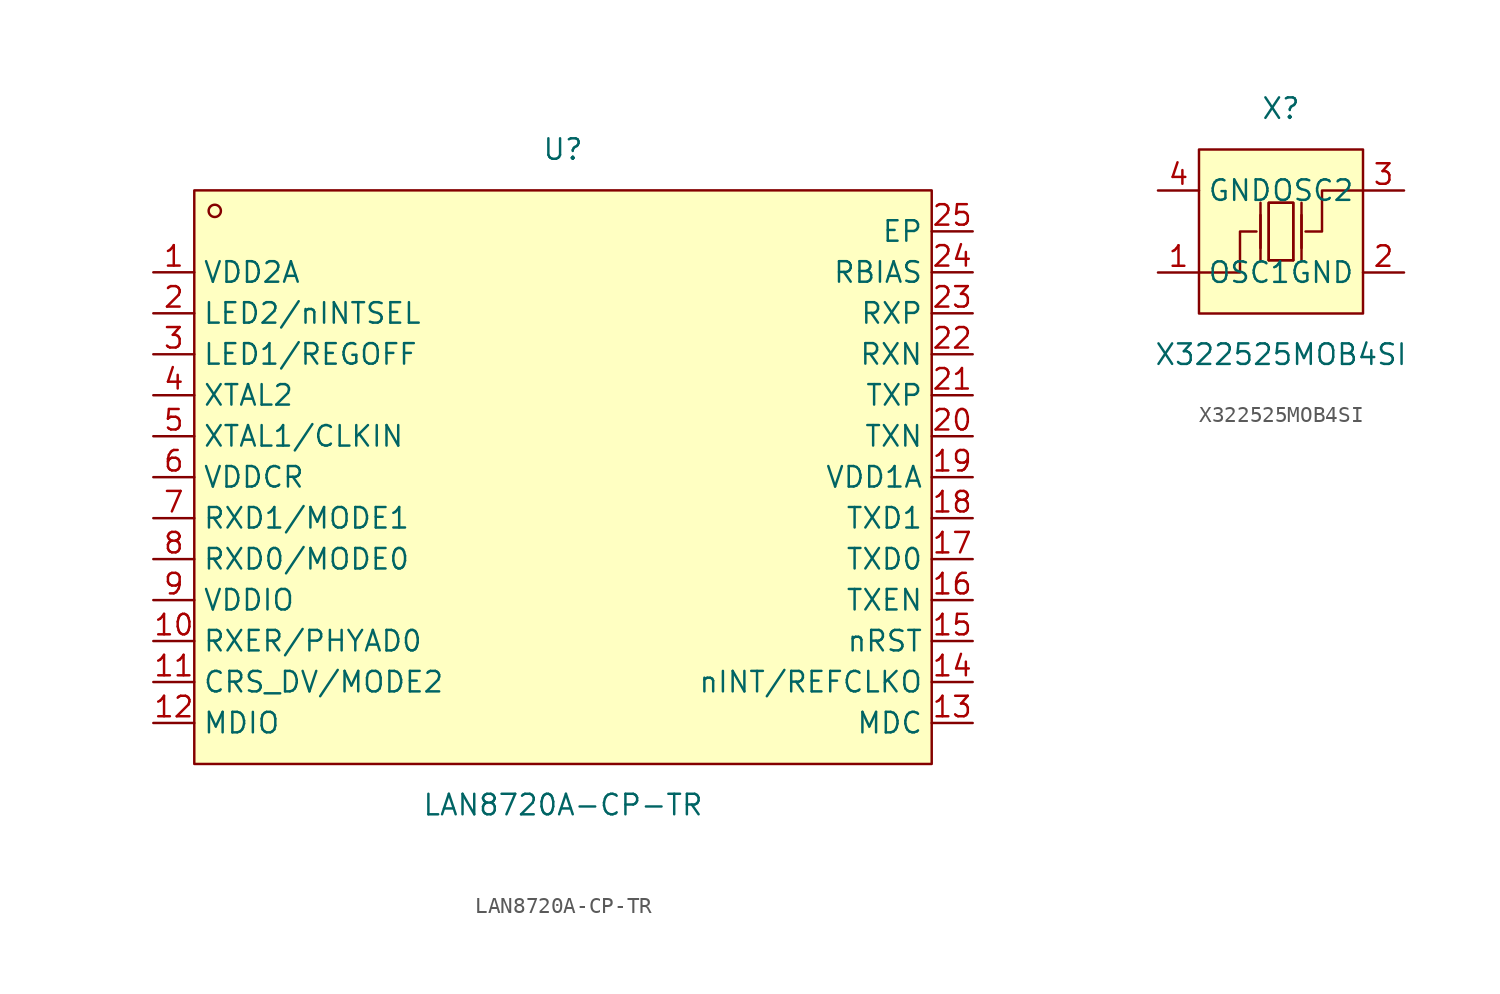
<source format=kicad_sym>
(kicad_symbol_lib
  (version 20211014)
  (generator https://github.com/uPesy/easyeda2kicad.py)
  (symbol "LAN8720A-CP-TR"
    (property "Reference" "U"
      (at 0 20.32 0)
      (effects (font (size 1.27 1.27))))
    (property "Value" "LAN8720A-CP-TR"
      (at 0 -20.32 0)
      (effects (font (size 1.27 1.27))))
    (symbol "LAN8720A-CP-TR_0_1"
      (rectangle (start -22.86 17.78) (end 22.86 -17.78) (stroke (width 0) (type default) (color 0 0 0 0)) (fill (type background)))
      (circle (center -21.59 16.51) (radius 0.38) (stroke (width 0) (type default) (color 0 0 0 0)) (fill (type none)))
      (pin unspecified line (at -25.40 12.70 0) (length 2.54) (name "VDD2A" (effects (font (size 1.27 1.27)))) (number "1" (effects (font (size 1.27 1.27)))))
      (pin unspecified line (at -25.40 10.16 0) (length 2.54) (name "LED2/nINTSEL" (effects (font (size 1.27 1.27)))) (number "2" (effects (font (size 1.27 1.27)))))
      (pin unspecified line (at -25.40 7.62 0) (length 2.54) (name "LED1/REGOFF" (effects (font (size 1.27 1.27)))) (number "3" (effects (font (size 1.27 1.27)))))
      (pin unspecified line (at -25.40 5.08 0) (length 2.54) (name "XTAL2" (effects (font (size 1.27 1.27)))) (number "4" (effects (font (size 1.27 1.27)))))
      (pin unspecified line (at -25.40 2.54 0) (length 2.54) (name "XTAL1/CLKIN" (effects (font (size 1.27 1.27)))) (number "5" (effects (font (size 1.27 1.27)))))
      (pin unspecified line (at -25.40 -0.00 0) (length 2.54) (name "VDDCR" (effects (font (size 1.27 1.27)))) (number "6" (effects (font (size 1.27 1.27)))))
      (pin unspecified line (at -25.40 -2.54 0) (length 2.54) (name "RXD1/MODE1" (effects (font (size 1.27 1.27)))) (number "7" (effects (font (size 1.27 1.27)))))
      (pin unspecified line (at -25.40 -5.08 0) (length 2.54) (name "RXD0/MODE0" (effects (font (size 1.27 1.27)))) (number "8" (effects (font (size 1.27 1.27)))))
      (pin unspecified line (at -25.40 -7.62 0) (length 2.54) (name "VDDIO" (effects (font (size 1.27 1.27)))) (number "9" (effects (font (size 1.27 1.27)))))
      (pin unspecified line (at -25.40 -10.16 0) (length 2.54) (name "RXER/PHYAD0" (effects (font (size 1.27 1.27)))) (number "10" (effects (font (size 1.27 1.27)))))
      (pin unspecified line (at -25.40 -12.70 0) (length 2.54) (name "CRS_DV/MODE2" (effects (font (size 1.27 1.27)))) (number "11" (effects (font (size 1.27 1.27)))))
      (pin unspecified line (at -25.40 -15.24 0) (length 2.54) (name "MDIO" (effects (font (size 1.27 1.27)))) (number "12" (effects (font (size 1.27 1.27)))))
      (pin unspecified line (at 25.40 -15.24 180) (length 2.54) (name "MDC" (effects (font (size 1.27 1.27)))) (number "13" (effects (font (size 1.27 1.27)))))
      (pin unspecified line (at 25.40 -12.70 180) (length 2.54) (name "nINT/REFCLKO" (effects (font (size 1.27 1.27)))) (number "14" (effects (font (size 1.27 1.27)))))
      (pin unspecified line (at 25.40 -10.16 180) (length 2.54) (name "nRST" (effects (font (size 1.27 1.27)))) (number "15" (effects (font (size 1.27 1.27)))))
      (pin unspecified line (at 25.40 -7.62 180) (length 2.54) (name "TXEN" (effects (font (size 1.27 1.27)))) (number "16" (effects (font (size 1.27 1.27)))))
      (pin unspecified line (at 25.40 -5.08 180) (length 2.54) (name "TXD0" (effects (font (size 1.27 1.27)))) (number "17" (effects (font (size 1.27 1.27)))))
      (pin unspecified line (at 25.40 -2.54 180) (length 2.54) (name "TXD1" (effects (font (size 1.27 1.27)))) (number "18" (effects (font (size 1.27 1.27)))))
      (pin unspecified line (at 25.40 -0.00 180) (length 2.54) (name "VDD1A" (effects (font (size 1.27 1.27)))) (number "19" (effects (font (size 1.27 1.27)))))
      (pin unspecified line (at 25.40 2.54 180) (length 2.54) (name "TXN" (effects (font (size 1.27 1.27)))) (number "20" (effects (font (size 1.27 1.27)))))
      (pin unspecified line (at 25.40 5.08 180) (length 2.54) (name "TXP" (effects (font (size 1.27 1.27)))) (number "21" (effects (font (size 1.27 1.27)))))
      (pin unspecified line (at 25.40 7.62 180) (length 2.54) (name "RXN" (effects (font (size 1.27 1.27)))) (number "22" (effects (font (size 1.27 1.27)))))
      (pin unspecified line (at 25.40 10.16 180) (length 2.54) (name "RXP" (effects (font (size 1.27 1.27)))) (number "23" (effects (font (size 1.27 1.27)))))
      (pin unspecified line (at 25.40 12.70 180) (length 2.54) (name "RBIAS" (effects (font (size 1.27 1.27)))) (number "24" (effects (font (size 1.27 1.27)))))
      (pin unspecified line (at 25.40 15.24 180) (length 2.54) (name "EP" (effects (font (size 1.27 1.27)))) (number "25" (effects (font (size 1.27 1.27)))))))
  (symbol "X322525MOB4SI"
    (property "Reference" "X"
      (at 0 7.62 0)
      (effects (font (size 1.27 1.27))))
    (property "Value" "X322525MOB4SI"
      (at 0 -7.62 0)
      (effects (font (size 1.27 1.27))))
    (symbol "X322525MOB4SI_0_1"
      (rectangle (start -5.08 5.08) (end 5.08 -5.08) (stroke (width 0) (type default) (color 0 0 0 0)) (fill (type background)))
      (polyline (pts (xy -1.27 -1.02) (xy -1.27 1.02)) (stroke (width 0) (type default) (color 0 0 0 0)) (fill (type none)))
      (polyline (pts (xy 0.76 -1.78) (xy -0.76 -1.78)) (stroke (width 0) (type default) (color 0 0 0 0)) (fill (type none)))
      (polyline (pts (xy 1.27 -1.02) (xy 1.27 1.02)) (stroke (width 0) (type default) (color 0 0 0 0)) (fill (type none)))
      (polyline (pts (xy -0.76 -1.78) (xy -0.76 1.78) (xy 0.76 1.78) (xy 0.76 -1.78)) (stroke (width 0) (type default) (color 0 0 0 0)) (fill (type none)))
      (polyline (pts (xy 5.08 2.54) (xy 2.54 2.54) (xy 2.54 -0.00) (xy 1.52 -0.00)) (stroke (width 0) (type default) (color 0 0 0 0)) (fill (type none)))
      (polyline (pts (xy -5.08 -2.54) (xy -2.54 -2.54) (xy -2.54 -0.00) (xy -1.52 -0.00)) (stroke (width 0) (type default) (color 0 0 0 0)) (fill (type none)))
      (polyline (pts (xy 1.27 -1.78) (xy 1.27 1.78)) (stroke (width 0) (type default) (color 0 0 0 0)) (fill (type none)))
      (polyline (pts (xy -1.27 -1.78) (xy -1.27 1.78)) (stroke (width 0) (type default) (color 0 0 0 0)) (fill (type none)))
      (polyline (pts (xy 0.76 1.78) (xy 0.76 -1.78) (xy -0.76 -1.78) (xy -0.76 1.78) (xy 0.76 1.78)) (stroke (width 0) (type default) (color 0 0 0 0)) (fill (type background)))
      (pin unspecified line (at -7.62 2.54 0) (length 2.54) (name "GND" (effects (font (size 1.27 1.27)))) (number "4" (effects (font (size 1.27 1.27)))))
      (pin unspecified line (at 7.62 -2.54 180) (length 2.54) (name "GND" (effects (font (size 1.27 1.27)))) (number "2" (effects (font (size 1.27 1.27)))))
      (pin unspecified line (at -7.62 -2.54 0) (length 2.54) (name "OSC1" (effects (font (size 1.27 1.27)))) (number "1" (effects (font (size 1.27 1.27)))))
      (pin unspecified line (at 7.62 2.54 180) (length 2.54) (name "OSC2" (effects (font (size 1.27 1.27)))) (number "3" (effects (font (size 1.27 1.27))))))))
</source>
